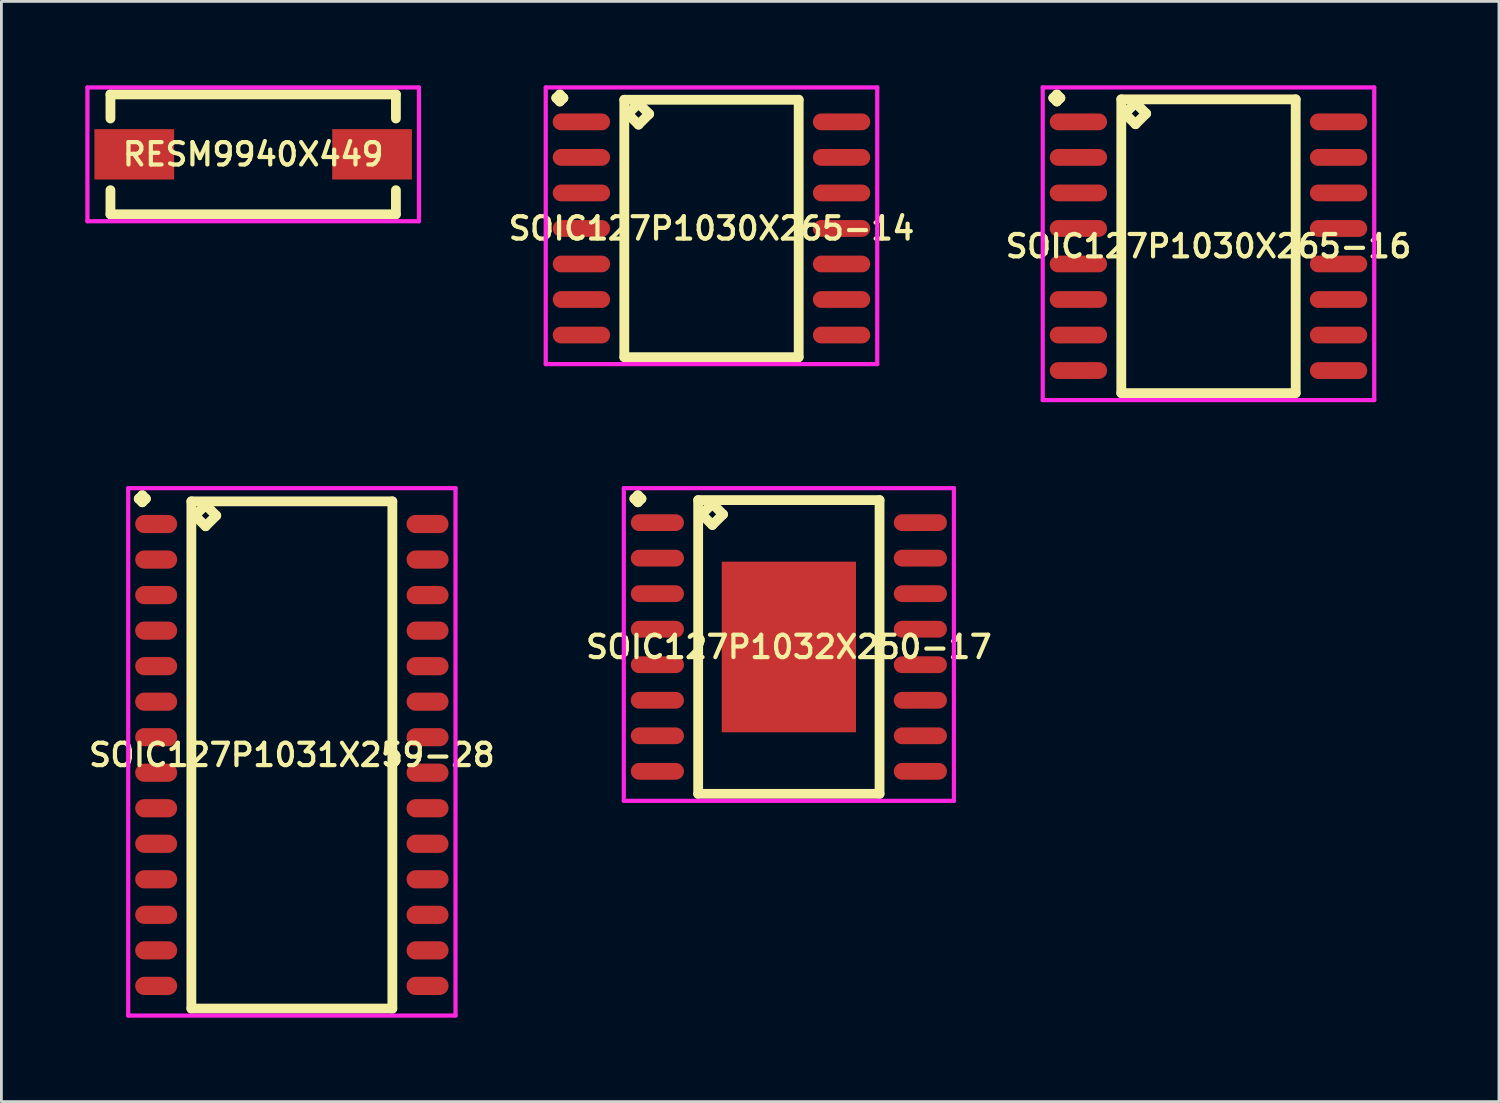
<source format=kicad_pcb>
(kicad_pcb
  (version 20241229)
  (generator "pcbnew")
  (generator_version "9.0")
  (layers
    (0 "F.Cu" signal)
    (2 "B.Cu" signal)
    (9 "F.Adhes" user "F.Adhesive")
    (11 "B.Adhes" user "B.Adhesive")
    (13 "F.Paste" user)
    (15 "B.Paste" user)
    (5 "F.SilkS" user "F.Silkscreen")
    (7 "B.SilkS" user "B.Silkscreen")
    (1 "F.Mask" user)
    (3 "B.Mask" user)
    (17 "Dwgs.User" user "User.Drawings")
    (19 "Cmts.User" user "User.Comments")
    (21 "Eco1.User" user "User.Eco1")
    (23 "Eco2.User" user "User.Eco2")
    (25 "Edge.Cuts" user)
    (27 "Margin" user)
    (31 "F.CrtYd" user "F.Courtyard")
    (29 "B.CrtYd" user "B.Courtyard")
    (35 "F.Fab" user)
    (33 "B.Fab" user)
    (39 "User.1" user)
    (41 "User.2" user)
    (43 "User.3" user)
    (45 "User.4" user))
  (footprint "SOIC127P1031X259-28"
    (layer "F.Cu")
    (at 7.383 23.937)
    (property "Reference" "SOIC127P1031X259-28" (at 0 0 0) (layer "F.SilkS") (effects (font (size 0.8 0.8) (thickness 0.15))))
    (attr smd)
    (fp_line (start -5.473 -9.159) (end -5.346 -9.286) (stroke (width 0.35) (type solid)) (layer "F.SilkS"))
    (fp_line (start -5.346 -9.286) (end -5.219 -9.159) (stroke (width 0.35) (type solid)) (layer "F.SilkS"))
    (fp_line (start -5.346 -9.032) (end -5.473 -9.159) (stroke (width 0.35) (type solid)) (layer "F.SilkS"))
    (fp_line (start -5.219 -9.159) (end -5.346 -9.032) (stroke (width 0.35) (type solid)) (layer "F.SilkS"))
    (fp_line (start -3.592 -9.065) (end -3.592 9.065) (stroke (width 0.35) (type solid)) (layer "F.SilkS"))
    (fp_line (start -3.592 9.065) (end 3.592 9.065) (stroke (width 0.35) (type solid)) (layer "F.SilkS"))
    (fp_line (start -3.465 -8.557) (end -3.084 -8.938) (stroke (width 0.35) (type solid)) (layer "F.SilkS"))
    (fp_line (start -3.084 -8.938) (end -2.703 -8.557) (stroke (width 0.35) (type solid)) (layer "F.SilkS"))
    (fp_line (start -3.084 -8.176) (end -3.465 -8.557) (stroke (width 0.35) (type solid)) (layer "F.SilkS"))
    (fp_line (start -2.703 -8.557) (end -3.084 -8.176) (stroke (width 0.35) (type solid)) (layer "F.SilkS"))
    (fp_line (start 3.592 -9.065) (end -3.592 -9.065) (stroke (width 0.35) (type solid)) (layer "F.SilkS"))
    (fp_line (start 3.592 9.065) (end 3.592 -9.065) (stroke (width 0.35) (type solid)) (layer "F.SilkS"))
    (fp_line (start -5.85 -9.536) (end 5.85 -9.536) (stroke (width 0.15) (type solid)) (layer "F.CrtYd"))
    (fp_line (start -5.85 9.315) (end -5.85 -9.536) (stroke (width 0.15) (type solid)) (layer "F.CrtYd"))
    (fp_line (start 5.85 -9.536) (end 5.85 9.315) (stroke (width 0.15) (type solid)) (layer "F.CrtYd"))
    (fp_line (start 5.85 9.315) (end -5.85 9.315) (stroke (width 0.15) (type solid)) (layer "F.CrtYd"))
    (pad "1" smd oval (at -4.85 -8.255) (size 1.5 0.65) (layers "F.Cu" "F.Mask" "F.Paste"))
    (pad "2" smd oval (at -4.85 -6.985) (size 1.5 0.65) (layers "F.Cu" "F.Mask" "F.Paste"))
    (pad "3" smd oval (at -4.85 -5.715) (size 1.5 0.65) (layers "F.Cu" "F.Mask" "F.Paste"))
    (pad "4" smd oval (at -4.85 -4.445) (size 1.5 0.65) (layers "F.Cu" "F.Mask" "F.Paste"))
    (pad "5" smd oval (at -4.85 -3.175) (size 1.5 0.65) (layers "F.Cu" "F.Mask" "F.Paste"))
    (pad "6" smd oval (at -4.85 -1.905) (size 1.5 0.65) (layers "F.Cu" "F.Mask" "F.Paste"))
    (pad "7" smd oval (at -4.85 -0.635) (size 1.5 0.65) (layers "F.Cu" "F.Mask" "F.Paste"))
    (pad "8" smd oval (at -4.85 0.635) (size 1.5 0.65) (layers "F.Cu" "F.Mask" "F.Paste"))
    (pad "9" smd oval (at -4.85 1.905) (size 1.5 0.65) (layers "F.Cu" "F.Mask" "F.Paste"))
    (pad "10" smd oval (at -4.85 3.175) (size 1.5 0.65) (layers "F.Cu" "F.Mask" "F.Paste"))
    (pad "11" smd oval (at -4.85 4.445) (size 1.5 0.65) (layers "F.Cu" "F.Mask" "F.Paste"))
    (pad "12" smd oval (at -4.85 5.715) (size 1.5 0.65) (layers "F.Cu" "F.Mask" "F.Paste"))
    (pad "13" smd oval (at -4.85 6.985) (size 1.5 0.65) (layers "F.Cu" "F.Mask" "F.Paste"))
    (pad "14" smd oval (at -4.85 8.255) (size 1.5 0.65) (layers "F.Cu" "F.Mask" "F.Paste"))
    (pad "15" smd oval (at 4.85 8.255) (size 1.5 0.65) (layers "F.Cu" "F.Mask" "F.Paste"))
    (pad "16" smd oval (at 4.85 6.985) (size 1.5 0.65) (layers "F.Cu" "F.Mask" "F.Paste"))
    (pad "17" smd oval (at 4.85 5.715) (size 1.5 0.65) (layers "F.Cu" "F.Mask" "F.Paste"))
    (pad "18" smd oval (at 4.85 4.445) (size 1.5 0.65) (layers "F.Cu" "F.Mask" "F.Paste"))
    (pad "19" smd oval (at 4.85 3.175) (size 1.5 0.65) (layers "F.Cu" "F.Mask" "F.Paste"))
    (pad "20" smd oval (at 4.85 1.905) (size 1.5 0.65) (layers "F.Cu" "F.Mask" "F.Paste"))
    (pad "21" smd oval (at 4.85 0.635) (size 1.5 0.65) (layers "F.Cu" "F.Mask" "F.Paste"))
    (pad "22" smd oval (at 4.85 -0.635) (size 1.5 0.65) (layers "F.Cu" "F.Mask" "F.Paste"))
    (pad "23" smd oval (at 4.85 -1.905) (size 1.5 0.65) (layers "F.Cu" "F.Mask" "F.Paste"))
    (pad "24" smd oval (at 4.85 -3.175) (size 1.5 0.65) (layers "F.Cu" "F.Mask" "F.Paste"))
    (pad "25" smd oval (at 4.85 -4.445) (size 1.5 0.65) (layers "F.Cu" "F.Mask" "F.Paste"))
    (pad "26" smd oval (at 4.85 -5.715) (size 1.5 0.65) (layers "F.Cu" "F.Mask" "F.Paste"))
    (pad "27" smd oval (at 4.85 -6.985) (size 1.5 0.65) (layers "F.Cu" "F.Mask" "F.Paste"))
    (pad "28" smd oval (at 4.85 -8.255) (size 1.5 0.65) (layers "F.Cu" "F.Mask" "F.Paste")))
  (footprint "SOIC127P1030X265-14"
    (layer "F.Cu")
    (at 22.383 5.116)
    (property "Reference" "SOIC127P1030X265-14" (at 0 0 0) (layer "F.SilkS") (effects (font (size 0.8 0.8) (thickness 0.15))))
    (attr smd)
    (fp_line (start -5.548 -4.664) (end -5.421 -4.791) (stroke (width 0.35) (type solid)) (layer "F.SilkS"))
    (fp_line (start -5.421 -4.791) (end -5.294 -4.664) (stroke (width 0.35) (type solid)) (layer "F.SilkS"))
    (fp_line (start -5.421 -4.537) (end -5.548 -4.664) (stroke (width 0.35) (type solid)) (layer "F.SilkS"))
    (fp_line (start -5.294 -4.664) (end -5.421 -4.537) (stroke (width 0.35) (type solid)) (layer "F.SilkS"))
    (fp_line (start -3.117 -4.6) (end -3.117 4.6) (stroke (width 0.35) (type solid)) (layer "F.SilkS"))
    (fp_line (start -3.117 4.6) (end 3.117 4.6) (stroke (width 0.35) (type solid)) (layer "F.SilkS"))
    (fp_line (start -2.99 -4.092) (end -2.609 -4.473) (stroke (width 0.35) (type solid)) (layer "F.SilkS"))
    (fp_line (start -2.609 -4.473) (end -2.228 -4.092) (stroke (width 0.35) (type solid)) (layer "F.SilkS"))
    (fp_line (start -2.609 -3.711) (end -2.99 -4.092) (stroke (width 0.35) (type solid)) (layer "F.SilkS"))
    (fp_line (start -2.228 -4.092) (end -2.609 -3.711) (stroke (width 0.35) (type solid)) (layer "F.SilkS"))
    (fp_line (start 3.117 -4.6) (end -3.117 -4.6) (stroke (width 0.35) (type solid)) (layer "F.SilkS"))
    (fp_line (start 3.117 4.6) (end 3.117 -4.6) (stroke (width 0.35) (type solid)) (layer "F.SilkS"))
    (fp_line (start -5.925 -5.041) (end 5.925 -5.041) (stroke (width 0.15) (type solid)) (layer "F.CrtYd"))
    (fp_line (start -5.925 4.85) (end -5.925 -5.041) (stroke (width 0.15) (type solid)) (layer "F.CrtYd"))
    (fp_line (start 5.925 -5.041) (end 5.925 4.85) (stroke (width 0.15) (type solid)) (layer "F.CrtYd"))
    (fp_line (start 5.925 4.85) (end -5.925 4.85) (stroke (width 0.15) (type solid)) (layer "F.CrtYd"))
    (pad "1" smd oval (at -4.65 -3.81) (size 2.05 0.6) (layers "F.Cu" "F.Mask" "F.Paste"))
    (pad "2" smd oval (at -4.65 -2.54) (size 2.05 0.6) (layers "F.Cu" "F.Mask" "F.Paste"))
    (pad "3" smd oval (at -4.65 -1.27) (size 2.05 0.6) (layers "F.Cu" "F.Mask" "F.Paste"))
    (pad "4" smd oval (at -4.65 0) (size 2.05 0.6) (layers "F.Cu" "F.Mask" "F.Paste"))
    (pad "5" smd oval (at -4.65 1.27) (size 2.05 0.6) (layers "F.Cu" "F.Mask" "F.Paste"))
    (pad "6" smd oval (at -4.65 2.54) (size 2.05 0.6) (layers "F.Cu" "F.Mask" "F.Paste"))
    (pad "7" smd oval (at -4.65 3.81) (size 2.05 0.6) (layers "F.Cu" "F.Mask" "F.Paste"))
    (pad "8" smd oval (at 4.65 3.81) (size 2.05 0.6) (layers "F.Cu" "F.Mask" "F.Paste"))
    (pad "9" smd oval (at 4.65 2.54) (size 2.05 0.6) (layers "F.Cu" "F.Mask" "F.Paste"))
    (pad "10" smd oval (at 4.65 1.27) (size 2.05 0.6) (layers "F.Cu" "F.Mask" "F.Paste"))
    (pad "11" smd oval (at 4.65 0) (size 2.05 0.6) (layers "F.Cu" "F.Mask" "F.Paste"))
    (pad "12" smd oval (at 4.65 -1.27) (size 2.05 0.6) (layers "F.Cu" "F.Mask" "F.Paste"))
    (pad "13" smd oval (at 4.65 -2.54) (size 2.05 0.6) (layers "F.Cu" "F.Mask" "F.Paste"))
    (pad "14" smd oval (at 4.65 -3.81) (size 2.05 0.6) (layers "F.Cu" "F.Mask" "F.Paste")))
  (footprint "SOIC127P1032X250-17"
    (layer "F.Cu")
    (at 25.149 20.077)
    (property "Reference" "SOIC127P1032X250-17" (at 0 0 0) (layer "F.SilkS") (effects (font (size 0.8 0.8) (thickness 0.15))))
    (attr smd)
    (fp_line (start -5.523 -5.299) (end -5.396 -5.426) (stroke (width 0.35) (type solid)) (layer "F.SilkS"))
    (fp_line (start -5.396 -5.426) (end -5.269 -5.299) (stroke (width 0.35) (type solid)) (layer "F.SilkS"))
    (fp_line (start -5.396 -5.172) (end -5.523 -5.299) (stroke (width 0.35) (type solid)) (layer "F.SilkS"))
    (fp_line (start -5.269 -5.299) (end -5.396 -5.172) (stroke (width 0.35) (type solid)) (layer "F.SilkS"))
    (fp_line (start -3.242 -5.25) (end -3.242 5.25) (stroke (width 0.35) (type solid)) (layer "F.SilkS"))
    (fp_line (start -3.242 5.25) (end 3.242 5.25) (stroke (width 0.35) (type solid)) (layer "F.SilkS"))
    (fp_line (start -3.115 -4.742) (end -2.734 -5.123) (stroke (width 0.35) (type solid)) (layer "F.SilkS"))
    (fp_line (start -2.734 -5.123) (end -2.353 -4.742) (stroke (width 0.35) (type solid)) (layer "F.SilkS"))
    (fp_line (start -2.734 -4.361) (end -3.115 -4.742) (stroke (width 0.35) (type solid)) (layer "F.SilkS"))
    (fp_line (start -2.353 -4.742) (end -2.734 -4.361) (stroke (width 0.35) (type solid)) (layer "F.SilkS"))
    (fp_line (start 3.242 -5.25) (end -3.242 -5.25) (stroke (width 0.35) (type solid)) (layer "F.SilkS"))
    (fp_line (start 3.242 5.25) (end 3.242 -5.25) (stroke (width 0.35) (type solid)) (layer "F.SilkS"))
    (fp_line (start -5.9 -5.676) (end 5.9 -5.676) (stroke (width 0.15) (type solid)) (layer "F.CrtYd"))
    (fp_line (start -5.9 5.5) (end -5.9 -5.676) (stroke (width 0.15) (type solid)) (layer "F.CrtYd"))
    (fp_line (start 5.9 -5.676) (end 5.9 5.5) (stroke (width 0.15) (type solid)) (layer "F.CrtYd"))
    (fp_line (start 5.9 5.5) (end -5.9 5.5) (stroke (width 0.15) (type solid)) (layer "F.CrtYd"))
    (pad "1" smd oval (at -4.7 -4.445) (size 1.9 0.6) (layers "F.Cu" "F.Mask" "F.Paste"))
    (pad "2" smd oval (at -4.7 -3.175) (size 1.9 0.6) (layers "F.Cu" "F.Mask" "F.Paste"))
    (pad "3" smd oval (at -4.7 -1.905) (size 1.9 0.6) (layers "F.Cu" "F.Mask" "F.Paste"))
    (pad "4" smd oval (at -4.7 -0.635) (size 1.9 0.6) (layers "F.Cu" "F.Mask" "F.Paste"))
    (pad "5" smd oval (at -4.7 0.635) (size 1.9 0.6) (layers "F.Cu" "F.Mask" "F.Paste"))
    (pad "6" smd oval (at -4.7 1.905) (size 1.9 0.6) (layers "F.Cu" "F.Mask" "F.Paste"))
    (pad "7" smd oval (at -4.7 3.175) (size 1.9 0.6) (layers "F.Cu" "F.Mask" "F.Paste"))
    (pad "8" smd oval (at -4.7 4.445) (size 1.9 0.6) (layers "F.Cu" "F.Mask" "F.Paste"))
    (pad "9" smd oval (at 4.7 4.445) (size 1.9 0.6) (layers "F.Cu" "F.Mask" "F.Paste"))
    (pad "10" smd oval (at 4.7 3.175) (size 1.9 0.6) (layers "F.Cu" "F.Mask" "F.Paste"))
    (pad "11" smd oval (at 4.7 1.905) (size 1.9 0.6) (layers "F.Cu" "F.Mask" "F.Paste"))
    (pad "12" smd oval (at 4.7 0.635) (size 1.9 0.6) (layers "F.Cu" "F.Mask" "F.Paste"))
    (pad "13" smd oval (at 4.7 -0.635) (size 1.9 0.6) (layers "F.Cu" "F.Mask" "F.Paste"))
    (pad "14" smd oval (at 4.7 -1.905) (size 1.9 0.6) (layers "F.Cu" "F.Mask" "F.Paste"))
    (pad "15" smd oval (at 4.7 -3.175) (size 1.9 0.6) (layers "F.Cu" "F.Mask" "F.Paste"))
    (pad "16" smd oval (at 4.7 -4.445) (size 1.9 0.6) (layers "F.Cu" "F.Mask" "F.Paste"))
    (pad "17" smd rect (at 0 0) (size 4.8 6.1) (layers "F.Cu" "F.Mask" "F.Paste")))
  (footprint "SOIC127P1030X265-16"
    (layer "F.Cu")
    (at 40.149 5.751)
    (property "Reference" "SOIC127P1030X265-16" (at 0 0 0) (layer "F.SilkS") (effects (font (size 0.8 0.8) (thickness 0.15))))
    (attr smd)
    (fp_line (start -5.548 -5.299) (end -5.421 -5.426) (stroke (width 0.35) (type solid)) (layer "F.SilkS"))
    (fp_line (start -5.421 -5.426) (end -5.294 -5.299) (stroke (width 0.35) (type solid)) (layer "F.SilkS"))
    (fp_line (start -5.421 -5.172) (end -5.548 -5.299) (stroke (width 0.35) (type solid)) (layer "F.SilkS"))
    (fp_line (start -5.294 -5.299) (end -5.421 -5.172) (stroke (width 0.35) (type solid)) (layer "F.SilkS"))
    (fp_line (start -3.117 -5.25) (end -3.117 5.25) (stroke (width 0.35) (type solid)) (layer "F.SilkS"))
    (fp_line (start -3.117 5.25) (end 3.117 5.25) (stroke (width 0.35) (type solid)) (layer "F.SilkS"))
    (fp_line (start -2.99 -4.742) (end -2.609 -5.123) (stroke (width 0.35) (type solid)) (layer "F.SilkS"))
    (fp_line (start -2.609 -5.123) (end -2.228 -4.742) (stroke (width 0.35) (type solid)) (layer "F.SilkS"))
    (fp_line (start -2.609 -4.361) (end -2.99 -4.742) (stroke (width 0.35) (type solid)) (layer "F.SilkS"))
    (fp_line (start -2.228 -4.742) (end -2.609 -4.361) (stroke (width 0.35) (type solid)) (layer "F.SilkS"))
    (fp_line (start 3.117 -5.25) (end -3.117 -5.25) (stroke (width 0.35) (type solid)) (layer "F.SilkS"))
    (fp_line (start 3.117 5.25) (end 3.117 -5.25) (stroke (width 0.35) (type solid)) (layer "F.SilkS"))
    (fp_line (start -5.925 -5.676) (end 5.925 -5.676) (stroke (width 0.15) (type solid)) (layer "F.CrtYd"))
    (fp_line (start -5.925 5.5) (end -5.925 -5.676) (stroke (width 0.15) (type solid)) (layer "F.CrtYd"))
    (fp_line (start 5.925 -5.676) (end 5.925 5.5) (stroke (width 0.15) (type solid)) (layer "F.CrtYd"))
    (fp_line (start 5.925 5.5) (end -5.925 5.5) (stroke (width 0.15) (type solid)) (layer "F.CrtYd"))
    (pad "1" smd oval (at -4.65 -4.445) (size 2.05 0.6) (layers "F.Cu" "F.Mask" "F.Paste"))
    (pad "2" smd oval (at -4.65 -3.175) (size 2.05 0.6) (layers "F.Cu" "F.Mask" "F.Paste"))
    (pad "3" smd oval (at -4.65 -1.905) (size 2.05 0.6) (layers "F.Cu" "F.Mask" "F.Paste"))
    (pad "4" smd oval (at -4.65 -0.635) (size 2.05 0.6) (layers "F.Cu" "F.Mask" "F.Paste"))
    (pad "5" smd oval (at -4.65 0.635) (size 2.05 0.6) (layers "F.Cu" "F.Mask" "F.Paste"))
    (pad "6" smd oval (at -4.65 1.905) (size 2.05 0.6) (layers "F.Cu" "F.Mask" "F.Paste"))
    (pad "7" smd oval (at -4.65 3.175) (size 2.05 0.6) (layers "F.Cu" "F.Mask" "F.Paste"))
    (pad "8" smd oval (at -4.65 4.445) (size 2.05 0.6) (layers "F.Cu" "F.Mask" "F.Paste"))
    (pad "9" smd oval (at 4.65 4.445) (size 2.05 0.6) (layers "F.Cu" "F.Mask" "F.Paste"))
    (pad "10" smd oval (at 4.65 3.175) (size 2.05 0.6) (layers "F.Cu" "F.Mask" "F.Paste"))
    (pad "11" smd oval (at 4.65 1.905) (size 2.05 0.6) (layers "F.Cu" "F.Mask" "F.Paste"))
    (pad "12" smd oval (at 4.65 0.635) (size 2.05 0.6) (layers "F.Cu" "F.Mask" "F.Paste"))
    (pad "13" smd oval (at 4.65 -0.635) (size 2.05 0.6) (layers "F.Cu" "F.Mask" "F.Paste"))
    (pad "14" smd oval (at 4.65 -1.905) (size 2.05 0.6) (layers "F.Cu" "F.Mask" "F.Paste"))
    (pad "15" smd oval (at 4.65 -3.175) (size 2.05 0.6) (layers "F.Cu" "F.Mask" "F.Paste"))
    (pad "16" smd oval (at 4.65 -4.445) (size 2.05 0.6) (layers "F.Cu" "F.Mask" "F.Paste")))
  (footprint "RESM9940X449"
    (layer "F.Cu")
    (at 6 2.467)
    (property "Reference" "RESM9940X449" (at 0 0 0) (layer "F.SilkS") (effects (font (size 0.8 0.8) (thickness 0.15))))
    (attr smd)
    (fp_line (start -5.102 -2.142) (end 5.102 -2.142) (stroke (width 0.35) (type solid)) (layer "F.SilkS"))
    (fp_line (start -5.102 -1.281) (end -5.102 -2.142) (stroke (width 0.35) (type solid)) (layer "F.SilkS"))
    (fp_line (start -5.102 1.281) (end -5.102 2.142) (stroke (width 0.35) (type solid)) (layer "F.SilkS"))
    (fp_line (start -5.102 2.142) (end 5.102 2.142) (stroke (width 0.35) (type solid)) (layer "F.SilkS"))
    (fp_line (start 5.102 -2.142) (end 5.102 -1.281) (stroke (width 0.35) (type solid)) (layer "F.SilkS"))
    (fp_line (start 5.102 2.142) (end 5.102 1.281) (stroke (width 0.35) (type solid)) (layer "F.SilkS"))
    (fp_line (start -5.925 -2.392) (end 5.925 -2.392) (stroke (width 0.15) (type solid)) (layer "F.CrtYd"))
    (fp_line (start -5.925 2.392) (end -5.925 -2.392) (stroke (width 0.15) (type solid)) (layer "F.CrtYd"))
    (fp_line (start 5.925 -2.392) (end 5.925 2.392) (stroke (width 0.15) (type solid)) (layer "F.CrtYd"))
    (fp_line (start 5.925 2.392) (end -5.925 2.392) (stroke (width 0.15) (type solid)) (layer "F.CrtYd"))
    (pad "1" smd rect (at -4.25 0) (size 2.85 1.8) (layers "F.Cu" "F.Mask" "F.Paste"))
    (pad "2" smd rect (at 4.25 0) (size 2.85 1.8) (layers "F.Cu" "F.Mask" "F.Paste")))
  (gr_rect
    (start -3 -3)
    (end 50.532 36.327)
    (stroke (width 0.1) (type default))
    (fill no)
    (layer "Edge.Cuts")))
</source>
